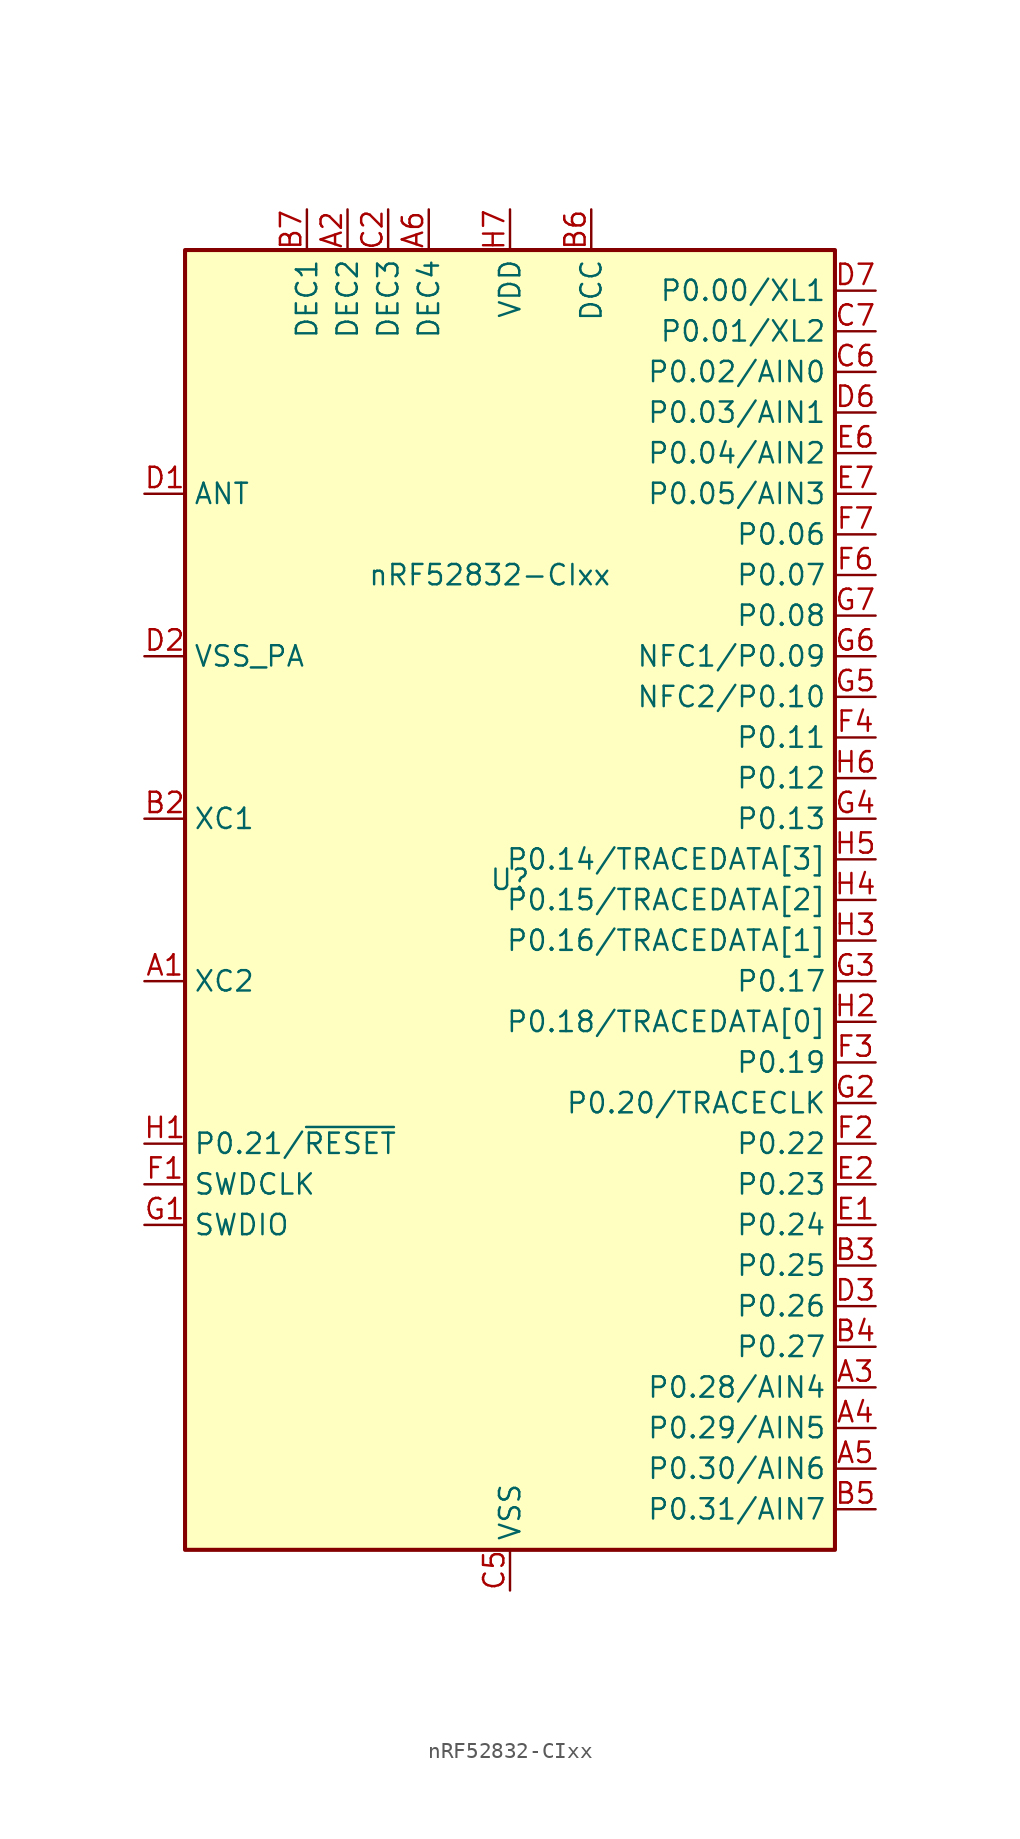
<source format=kicad_sym>
(kicad_symbol_lib
  (version 20220914)
  (generator kicad_symbol_editor)
  (symbol "nRF52832-CIxx"
    (property "Reference" "U"
      (at 0 1.27 0)
      (effects (font (size 1.27 1.27))))
    (property "Value" "nRF52832-CIxx"
      (at -1.27 20.32 0)
      (effects (font (size 1.27 1.27))))
    (symbol "nRF52832-CIxx_0_1"
      (rectangle (start -20.32 40.64) (end 20.32 -40.64) (stroke (width 0.254) (type default)) (fill (type background))))
    (symbol "nRF52832-CIxx_1_0"
      (pin passive line (at 0 -43.18 90) (length 2.54) hide (name "VSS" (effects (font (size 1.27 1.27)))) (number "F5" (effects (font (size 1.27 1.27))))))
    (symbol "nRF52832-CIxx_1_1"
      (pin input line (at -22.86 -5.08 0) (length 2.54) (name "XC2" (effects (font (size 1.27 1.27)))) (number "A1" (effects (font (size 1.27 1.27)))))
      (pin passive line (at -10.16 43.18 270) (length 2.54) (name "DEC2" (effects (font (size 1.27 1.27)))) (number "A2" (effects (font (size 1.27 1.27)))))
      (pin bidirectional line (at 22.86 -30.48 180) (length 2.54) (name "P0.28/AIN4" (effects (font (size 1.27 1.27)))) (number "A3" (effects (font (size 1.27 1.27)))))
      (pin bidirectional line (at 22.86 -33.02 180) (length 2.54) (name "P0.29/AIN5" (effects (font (size 1.27 1.27)))) (number "A4" (effects (font (size 1.27 1.27)))))
      (pin bidirectional line (at 22.86 -35.56 180) (length 2.54) (name "P0.30/AIN6" (effects (font (size 1.27 1.27)))) (number "A5" (effects (font (size 1.27 1.27)))))
      (pin passive line (at -5.08 43.18 270) (length 2.54) (name "DEC4" (effects (font (size 1.27 1.27)))) (number "A6" (effects (font (size 1.27 1.27)))))
      (pin passive line (at 0 43.18 270) (length 2.54) hide (name "VDD" (effects (font (size 1.27 1.27)))) (number "A7" (effects (font (size 1.27 1.27)))))
      (pin input line (at -22.86 5.08 0) (length 2.54) (name "XC1" (effects (font (size 1.27 1.27)))) (number "B2" (effects (font (size 1.27 1.27)))))
      (pin bidirectional line (at 22.86 -22.86 180) (length 2.54) (name "P0.25" (effects (font (size 1.27 1.27)))) (number "B3" (effects (font (size 1.27 1.27)))))
      (pin bidirectional line (at 22.86 -27.94 180) (length 2.54) (name "P0.27" (effects (font (size 1.27 1.27)))) (number "B4" (effects (font (size 1.27 1.27)))))
      (pin bidirectional line (at 22.86 -38.1 180) (length 2.54) (name "P0.31/AIN7" (effects (font (size 1.27 1.27)))) (number "B5" (effects (font (size 1.27 1.27)))))
      (pin power_out line (at 5.08 43.18 270) (length 2.54) (name "DCC" (effects (font (size 1.27 1.27)))) (number "B6" (effects (font (size 1.27 1.27)))))
      (pin passive line (at -12.7 43.18 270) (length 2.54) (name "DEC1" (effects (font (size 1.27 1.27)))) (number "B7" (effects (font (size 1.27 1.27)))))
      (pin passive line (at -7.62 43.18 270) (length 2.54) (name "DEC3" (effects (font (size 1.27 1.27)))) (number "C2" (effects (font (size 1.27 1.27)))))
      (pin no_connect line (at -20.32 -30.48 0) (length 2.54) hide (name "NC" (effects (font (size 1.27 1.27)))) (number "C3" (effects (font (size 1.27 1.27)))))
      (pin passive line (at 0 -43.18 90) (length 2.54) hide (name "VSS" (effects (font (size 1.27 1.27)))) (number "C4" (effects (font (size 1.27 1.27)))))
      (pin power_in line (at 0 -43.18 90) (length 2.54) (name "VSS" (effects (font (size 1.27 1.27)))) (number "C5" (effects (font (size 1.27 1.27)))))
      (pin bidirectional line (at 22.86 33.02 180) (length 2.54) (name "P0.02/AIN0" (effects (font (size 1.27 1.27)))) (number "C6" (effects (font (size 1.27 1.27)))))
      (pin bidirectional line (at 22.86 35.56 180) (length 2.54) (name "P0.01/XL2" (effects (font (size 1.27 1.27)))) (number "C7" (effects (font (size 1.27 1.27)))))
      (pin passive line (at -22.86 25.4 0) (length 2.54) (name "ANT" (effects (font (size 1.27 1.27)))) (number "D1" (effects (font (size 1.27 1.27)))))
      (pin power_in line (at -22.86 15.24 0) (length 2.54) (name "VSS_PA" (effects (font (size 1.27 1.27)))) (number "D2" (effects (font (size 1.27 1.27)))))
      (pin bidirectional line (at 22.86 -25.4 180) (length 2.54) (name "P0.26" (effects (font (size 1.27 1.27)))) (number "D3" (effects (font (size 1.27 1.27)))))
      (pin bidirectional line (at 22.86 30.48 180) (length 2.54) (name "P0.03/AIN1" (effects (font (size 1.27 1.27)))) (number "D6" (effects (font (size 1.27 1.27)))))
      (pin bidirectional line (at 22.86 38.1 180) (length 2.54) (name "P0.00/XL1" (effects (font (size 1.27 1.27)))) (number "D7" (effects (font (size 1.27 1.27)))))
      (pin bidirectional line (at 22.86 -20.32 180) (length 2.54) (name "P0.24" (effects (font (size 1.27 1.27)))) (number "E1" (effects (font (size 1.27 1.27)))))
      (pin bidirectional line (at 22.86 -17.78 180) (length 2.54) (name "P0.23" (effects (font (size 1.27 1.27)))) (number "E2" (effects (font (size 1.27 1.27)))))
      (pin passive line (at 0 -43.18 90) (length 2.54) hide (name "VSS" (effects (font (size 1.27 1.27)))) (number "E3" (effects (font (size 1.27 1.27)))))
      (pin bidirectional line (at 22.86 27.94 180) (length 2.54) (name "P0.04/AIN2" (effects (font (size 1.27 1.27)))) (number "E6" (effects (font (size 1.27 1.27)))))
      (pin bidirectional line (at 22.86 25.4 180) (length 2.54) (name "P0.05/AIN3" (effects (font (size 1.27 1.27)))) (number "E7" (effects (font (size 1.27 1.27)))))
      (pin input line (at -22.86 -17.78 0) (length 2.54) (name "SWDCLK" (effects (font (size 1.27 1.27)))) (number "F1" (effects (font (size 1.27 1.27)))))
      (pin bidirectional line (at 22.86 -15.24 180) (length 2.54) (name "P0.22" (effects (font (size 1.27 1.27)))) (number "F2" (effects (font (size 1.27 1.27)))))
      (pin bidirectional line (at 22.86 -10.16 180) (length 2.54) (name "P0.19" (effects (font (size 1.27 1.27)))) (number "F3" (effects (font (size 1.27 1.27)))))
      (pin bidirectional line (at 22.86 10.16 180) (length 2.54) (name "P0.11" (effects (font (size 1.27 1.27)))) (number "F4" (effects (font (size 1.27 1.27)))))
      (pin bidirectional line (at 22.86 20.32 180) (length 2.54) (name "P0.07" (effects (font (size 1.27 1.27)))) (number "F6" (effects (font (size 1.27 1.27)))))
      (pin bidirectional line (at 22.86 22.86 180) (length 2.54) (name "P0.06" (effects (font (size 1.27 1.27)))) (number "F7" (effects (font (size 1.27 1.27)))))
      (pin bidirectional line (at -22.86 -20.32 0) (length 2.54) (name "SWDIO" (effects (font (size 1.27 1.27)))) (number "G1" (effects (font (size 1.27 1.27)))))
      (pin bidirectional line (at 22.86 -12.7 180) (length 2.54) (name "P0.20/TRACECLK" (effects (font (size 1.27 1.27)))) (number "G2" (effects (font (size 1.27 1.27)))))
      (pin bidirectional line (at 22.86 -5.08 180) (length 2.54) (name "P0.17" (effects (font (size 1.27 1.27)))) (number "G3" (effects (font (size 1.27 1.27)))))
      (pin bidirectional line (at 22.86 5.08 180) (length 2.54) (name "P0.13" (effects (font (size 1.27 1.27)))) (number "G4" (effects (font (size 1.27 1.27)))))
      (pin bidirectional line (at 22.86 12.7 180) (length 2.54) (name "NFC2/P0.10" (effects (font (size 1.27 1.27)))) (number "G5" (effects (font (size 1.27 1.27)))))
      (pin bidirectional line (at 22.86 15.24 180) (length 2.54) (name "NFC1/P0.09" (effects (font (size 1.27 1.27)))) (number "G6" (effects (font (size 1.27 1.27)))))
      (pin bidirectional line (at 22.86 17.78 180) (length 2.54) (name "P0.08" (effects (font (size 1.27 1.27)))) (number "G7" (effects (font (size 1.27 1.27)))))
      (pin bidirectional line (at -22.86 -15.24 0) (length 2.54) (name "P0.21/~{RESET}" (effects (font (size 1.27 1.27)))) (number "H1" (effects (font (size 1.27 1.27)))))
      (pin bidirectional line (at 22.86 -7.62 180) (length 2.54) (name "P0.18/TRACEDATA[0]" (effects (font (size 1.27 1.27)))) (number "H2" (effects (font (size 1.27 1.27)))))
      (pin bidirectional line (at 22.86 -2.54 180) (length 2.54) (name "P0.16/TRACEDATA[1]" (effects (font (size 1.27 1.27)))) (number "H3" (effects (font (size 1.27 1.27)))))
      (pin bidirectional line (at 22.86 0 180) (length 2.54) (name "P0.15/TRACEDATA[2]" (effects (font (size 1.27 1.27)))) (number "H4" (effects (font (size 1.27 1.27)))))
      (pin bidirectional line (at 22.86 2.54 180) (length 2.54) (name "P0.14/TRACEDATA[3]" (effects (font (size 1.27 1.27)))) (number "H5" (effects (font (size 1.27 1.27)))))
      (pin bidirectional line (at 22.86 7.62 180) (length 2.54) (name "P0.12" (effects (font (size 1.27 1.27)))) (number "H6" (effects (font (size 1.27 1.27)))))
      (pin power_in line (at 0 43.18 270) (length 2.54) (name "VDD" (effects (font (size 1.27 1.27)))) (number "H7" (effects (font (size 1.27 1.27))))))))
</source>
